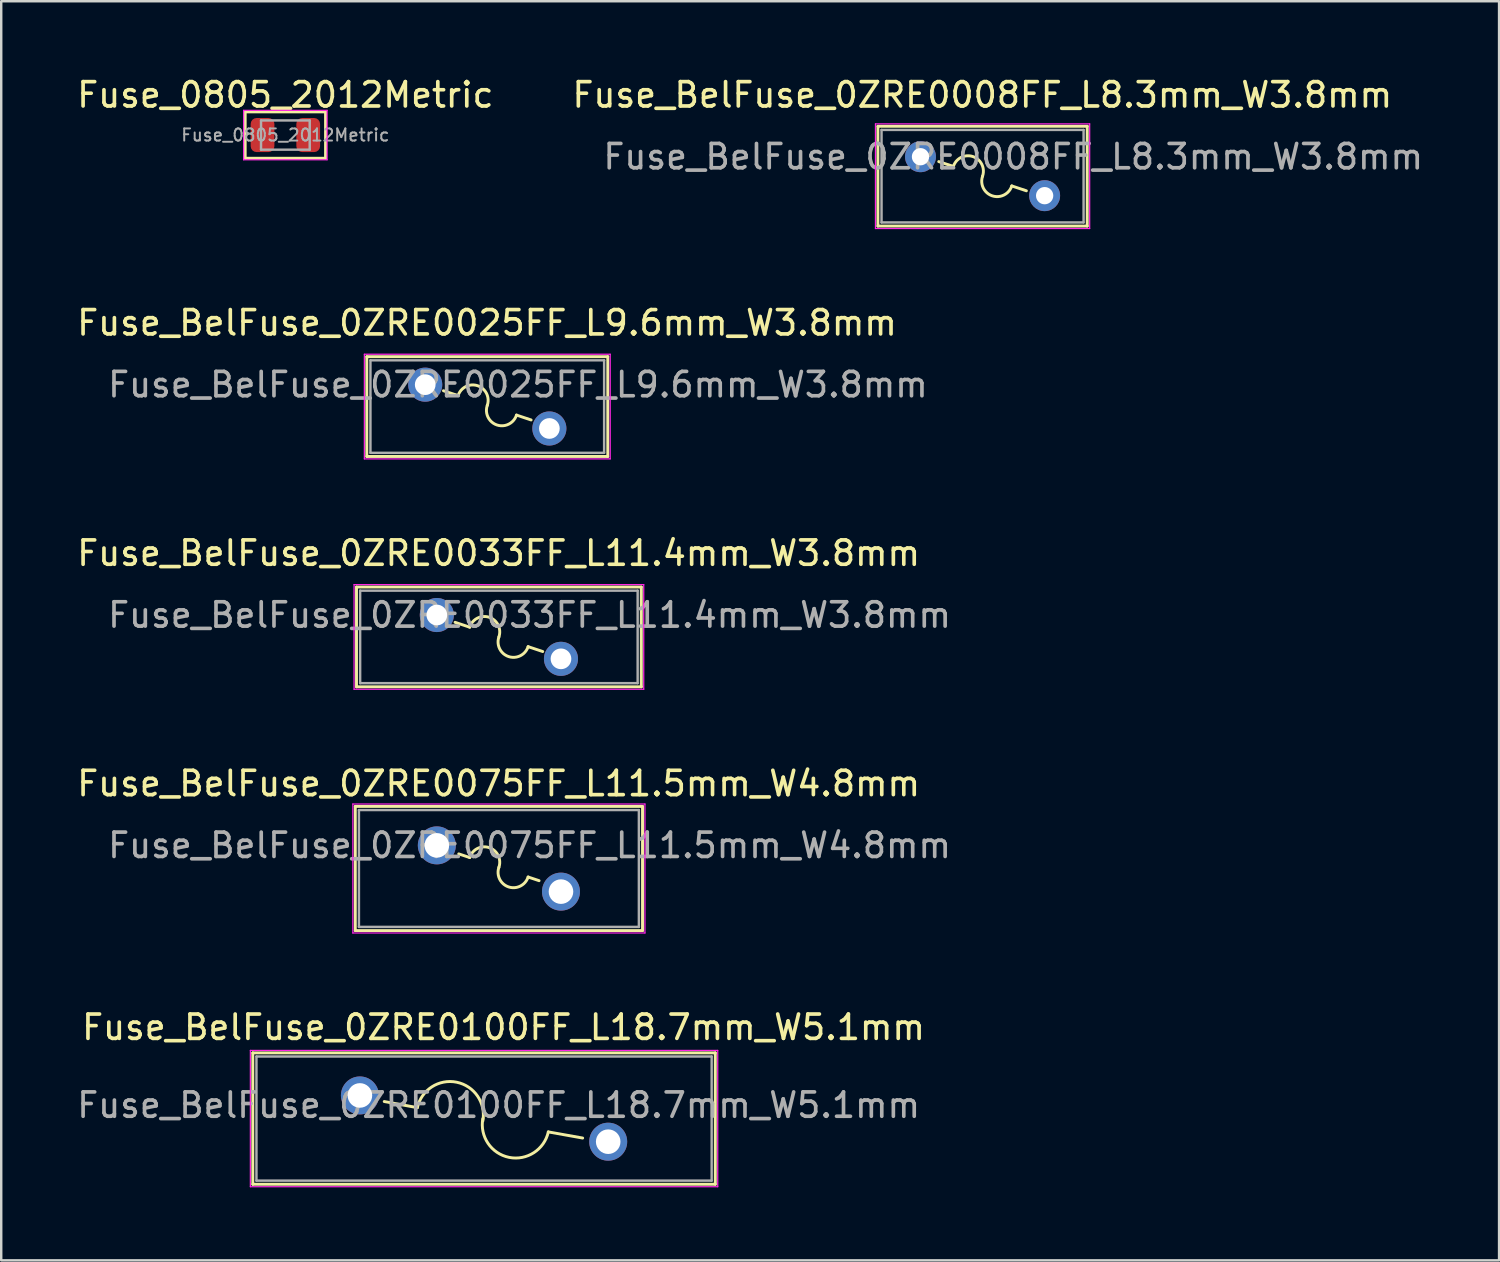
<source format=kicad_pcb>
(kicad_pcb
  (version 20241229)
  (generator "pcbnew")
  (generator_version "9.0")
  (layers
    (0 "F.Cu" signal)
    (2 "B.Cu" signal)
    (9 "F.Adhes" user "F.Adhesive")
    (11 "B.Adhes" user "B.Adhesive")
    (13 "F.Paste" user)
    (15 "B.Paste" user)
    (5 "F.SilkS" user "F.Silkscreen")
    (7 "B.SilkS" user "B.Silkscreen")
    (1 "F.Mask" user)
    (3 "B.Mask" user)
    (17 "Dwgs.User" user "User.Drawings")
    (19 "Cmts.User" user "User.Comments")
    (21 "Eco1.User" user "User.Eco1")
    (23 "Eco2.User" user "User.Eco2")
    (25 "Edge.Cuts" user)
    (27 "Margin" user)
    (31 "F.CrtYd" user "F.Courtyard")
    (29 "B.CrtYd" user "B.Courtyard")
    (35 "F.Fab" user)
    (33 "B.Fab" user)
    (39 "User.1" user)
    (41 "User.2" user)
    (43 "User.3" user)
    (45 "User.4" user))
  (footprint "Fuse_BelFuse_0ZRE0100FF_L18.7mm_W5.1mm"
    (layer "F.Cu")
    (at 11.735 41.951)
    (property "Reference" "Fuse_BelFuse_0ZRE0100FF_L18.7mm_W5.1mm" (at 5.9 -2.8 0) (layer "F.SilkS") (effects (font (size 1 1) (thickness 0.15))))
    (fp_line (start -4.4 -1.75) (end -4.4 3.65) (stroke (width 0.12) (type solid)) (layer "F.SilkS"))
    (fp_line (start -4.4 -1.75) (end 14.6 -1.75) (stroke (width 0.12) (type solid)) (layer "F.SilkS"))
    (fp_line (start -4.4 3.65) (end 14.6 3.65) (stroke (width 0.12) (type solid)) (layer "F.SilkS"))
    (fp_line (start 1 0.25) (end 2.36 0.502) (stroke (width 0.12) (type solid)) (layer "F.SilkS"))
    (fp_line (start 7.74 1.498) (end 9.15 1.75) (stroke (width 0.12) (type solid)) (layer "F.SilkS"))
    (fp_line (start 14.6 -1.75) (end 14.6 3.65) (stroke (width 0.12) (type solid)) (layer "F.SilkS"))
    (fp_arc (start 2.359742 0.502167) (mid 3.97396 -0.54534) (end 5.049999 1.05) (stroke (width 0.12) (type solid)) (layer "F.SilkS"))
    (fp_arc (start 7.740258 1.497834) (mid 6.12604 2.545341) (end 5.050001 0.950001) (stroke (width 0.12) (type solid)) (layer "F.SilkS"))
    (fp_line (start -4.5 -1.85) (end -4.5 3.75) (stroke (width 0.05) (type solid)) (layer "F.CrtYd"))
    (fp_line (start -4.5 -1.85) (end 14.7 -1.85) (stroke (width 0.05) (type solid)) (layer "F.CrtYd"))
    (fp_line (start -4.5 3.75) (end 14.7 3.75) (stroke (width 0.05) (type solid)) (layer "F.CrtYd"))
    (fp_line (start 14.7 -1.85) (end 14.7 3.75) (stroke (width 0.05) (type solid)) (layer "F.CrtYd"))
    (fp_line (start -4.25 -1.6) (end -4.25 3.5) (stroke (width 0.1) (type solid)) (layer "F.Fab"))
    (fp_line (start -4.25 -1.6) (end 14.45 -1.6) (stroke (width 0.1) (type solid)) (layer "F.Fab"))
    (fp_line (start -4.25 3.5) (end 14.45 3.5) (stroke (width 0.1) (type solid)) (layer "F.Fab"))
    (fp_line (start 14.45 -1.6) (end 14.45 3.5) (stroke (width 0.1) (type solid)) (layer "F.Fab"))
    (fp_text user "${REFERENCE}" (at 5.7 0.4 0) (layer "F.Fab") (effects (font (size 1 1) (thickness 0.15))))
    (pad "1" thru_hole circle (at 0 0) (size 1.56 1.56) (drill 1.01) (layers "*.Cu" "*.Mask"))
    (pad "2" thru_hole circle (at 10.2 1.9) (size 1.56 1.56) (drill 1.01) (layers "*.Cu" "*.Mask")))
  (footprint "Fuse_BelFuse_0ZRE0075FF_L11.5mm_W4.8mm"
    (layer "F.Cu")
    (at 14.895 31.678)
    (property "Reference" "Fuse_BelFuse_0ZRE0075FF_L11.5mm_W4.8mm" (at 2.54 -2.54 0) (layer "F.SilkS") (effects (font (size 1 1) (thickness 0.15))))
    (fp_line (start -3.35 -1.6) (end -3.35 3.5) (stroke (width 0.12) (type solid)) (layer "F.SilkS"))
    (fp_line (start -3.35 -1.6) (end 8.45 -1.6) (stroke (width 0.12) (type solid)) (layer "F.SilkS"))
    (fp_line (start -3.35 3.5) (end 8.45 3.5) (stroke (width 0.12) (type solid)) (layer "F.SilkS"))
    (fp_line (start 0.9 0.35) (end 1.35 0.5) (stroke (width 0.12) (type solid)) (layer "F.SilkS"))
    (fp_line (start 3.75 1.3) (end 4.2 1.45) (stroke (width 0.12) (type solid)) (layer "F.SilkS"))
    (fp_line (start 8.45 -1.6) (end 8.45 3.5) (stroke (width 0.12) (type solid)) (layer "F.SilkS"))
    (fp_arc (start 1.350003 0.500002) (mid 2.150001 0.100002) (end 2.550001 0.9) (stroke (width 0.12) (type solid)) (layer "F.SilkS"))
    (fp_arc (start 3.749999 1.299998) (mid 2.950001 1.699998) (end 2.550001 0.9) (stroke (width 0.12) (type solid)) (layer "F.SilkS"))
    (fp_line (start -3.45 -1.7) (end -3.45 3.6) (stroke (width 0.05) (type solid)) (layer "F.CrtYd"))
    (fp_line (start -3.45 -1.7) (end 8.55 -1.7) (stroke (width 0.05) (type solid)) (layer "F.CrtYd"))
    (fp_line (start -3.45 3.6) (end 8.55 3.6) (stroke (width 0.05) (type solid)) (layer "F.CrtYd"))
    (fp_line (start 8.55 -1.7) (end 8.55 3.6) (stroke (width 0.05) (type solid)) (layer "F.CrtYd"))
    (fp_line (start -3.2 -1.45) (end -3.2 3.35) (stroke (width 0.1) (type solid)) (layer "F.Fab"))
    (fp_line (start -3.2 -1.45) (end 8.3 -1.45) (stroke (width 0.1) (type solid)) (layer "F.Fab"))
    (fp_line (start -3.2 3.35) (end 8.3 3.35) (stroke (width 0.1) (type solid)) (layer "F.Fab"))
    (fp_line (start 8.3 -1.45) (end 8.3 3.35) (stroke (width 0.1) (type solid)) (layer "F.Fab"))
    (fp_text user "${REFERENCE}" (at 3.81 0 0) (layer "F.Fab") (effects (font (size 1 1) (thickness 0.15))))
    (pad "1" thru_hole circle (at 0 0) (size 1.56 1.56) (drill 1.01) (layers "*.Cu" "*.Mask"))
    (pad "2" thru_hole circle (at 5.1 1.9) (size 1.56 1.56) (drill 1.01) (layers "*.Cu" "*.Mask")))
  (footprint "Fuse_0805_2012Metric"
    (layer "F.Cu")
    (at 8.673 2.498)
    (property "Reference" "Fuse_0805_2012Metric" (at 0 -1.65 0) (layer "F.SilkS") (effects (font (size 1 1) (thickness 0.15))))
    (attr smd)
    (fp_line (start -1.651 -0.953) (end 1.651 -0.953) (stroke (width 0.12) (type solid)) (layer "F.SilkS"))
    (fp_line (start -1.651 0.953) (end -1.651 -0.953) (stroke (width 0.12) (type solid)) (layer "F.SilkS"))
    (fp_line (start 1.651 -0.953) (end 1.651 0.953) (stroke (width 0.12) (type solid)) (layer "F.SilkS"))
    (fp_line (start 1.651 0.953) (end -1.651 0.953) (stroke (width 0.12) (type solid)) (layer "F.SilkS"))
    (fp_line (start -1.714 -1.016) (end 1.714 -1.016) (stroke (width 0.05) (type solid)) (layer "F.CrtYd"))
    (fp_line (start -1.714 1.016) (end -1.714 -1.016) (stroke (width 0.05) (type solid)) (layer "F.CrtYd"))
    (fp_line (start 1.714 -1.016) (end 1.714 1.016) (stroke (width 0.05) (type solid)) (layer "F.CrtYd"))
    (fp_line (start 1.714 1.016) (end -1.714 1.016) (stroke (width 0.05) (type solid)) (layer "F.CrtYd"))
    (fp_line (start -1 -0.6) (end 1 -0.6) (stroke (width 0.1) (type solid)) (layer "F.Fab"))
    (fp_line (start -1 0.6) (end -1 -0.6) (stroke (width 0.1) (type solid)) (layer "F.Fab"))
    (fp_line (start 1 -0.6) (end 1 0.6) (stroke (width 0.1) (type solid)) (layer "F.Fab"))
    (fp_line (start 1 0.6) (end -1 0.6) (stroke (width 0.1) (type solid)) (layer "F.Fab"))
    (fp_text user "${REFERENCE}" (at 0 0 0) (layer "F.Fab") (effects (font (size 0.5 0.5) (thickness 0.08))))
    (pad "1" smd roundrect (at -0.938 0) (size 0.975 1.4) (layers "F.Cu" "F.Mask" "F.Paste") (roundrect_rratio 0.25))
    (pad "2" smd roundrect (at 0.938 0) (size 0.975 1.4) (layers "F.Cu" "F.Mask" "F.Paste") (roundrect_rratio 0.25)))
  (footprint "Fuse_BelFuse_0ZRE0025FF_L9.6mm_W3.8mm"
    (layer "F.Cu")
    (at 14.418 12.752)
    (property "Reference" "Fuse_BelFuse_0ZRE0025FF_L9.6mm_W3.8mm" (at 2.54 -2.54 0) (layer "F.SilkS") (effects (font (size 1 1) (thickness 0.15))))
    (fp_line (start -2.4 -1.15) (end -2.4 2.95) (stroke (width 0.12) (type solid)) (layer "F.SilkS"))
    (fp_line (start -2.4 -1.15) (end 7.5 -1.15) (stroke (width 0.12) (type solid)) (layer "F.SilkS"))
    (fp_line (start -2.4 2.95) (end 7.5 2.95) (stroke (width 0.12) (type solid)) (layer "F.SilkS"))
    (fp_line (start 0.75 0.25) (end 1.35 0.45) (stroke (width 0.12) (type solid)) (layer "F.SilkS"))
    (fp_line (start 3.75 1.25) (end 4.35 1.45) (stroke (width 0.12) (type solid)) (layer "F.SilkS"))
    (fp_line (start 7.5 -1.15) (end 7.5 2.95) (stroke (width 0.12) (type solid)) (layer "F.SilkS"))
    (fp_arc (start 1.350003 0.450002) (mid 2.150001 0.050002) (end 2.550001 0.85) (stroke (width 0.12) (type solid)) (layer "F.SilkS"))
    (fp_arc (start 3.749999 1.249998) (mid 2.950001 1.649998) (end 2.550001 0.85) (stroke (width 0.12) (type solid)) (layer "F.SilkS"))
    (fp_line (start -2.5 -1.25) (end -2.5 3.05) (stroke (width 0.05) (type solid)) (layer "F.CrtYd"))
    (fp_line (start -2.5 -1.25) (end 7.6 -1.25) (stroke (width 0.05) (type solid)) (layer "F.CrtYd"))
    (fp_line (start -2.5 3.05) (end 7.6 3.05) (stroke (width 0.05) (type solid)) (layer "F.CrtYd"))
    (fp_line (start 7.6 -1.25) (end 7.6 3.05) (stroke (width 0.05) (type solid)) (layer "F.CrtYd"))
    (fp_line (start -2.25 -1) (end -2.25 2.8) (stroke (width 0.1) (type solid)) (layer "F.Fab"))
    (fp_line (start -2.25 -1) (end 7.35 -1) (stroke (width 0.1) (type solid)) (layer "F.Fab"))
    (fp_line (start -2.25 2.8) (end 7.35 2.8) (stroke (width 0.1) (type solid)) (layer "F.Fab"))
    (fp_line (start 7.35 -1) (end 7.35 2.8) (stroke (width 0.1) (type solid)) (layer "F.Fab"))
    (fp_text user "${REFERENCE}" (at 3.81 0 0) (layer "F.Fab") (effects (font (size 1 1) (thickness 0.15))))
    (pad "1" thru_hole circle (at 0 0) (size 1.4 1.4) (drill 0.85) (layers "*.Cu" "*.Mask"))
    (pad "2" thru_hole circle (at 5.1 1.8) (size 1.4 1.4) (drill 0.85) (layers "*.Cu" "*.Mask")))
  (footprint "Fuse_BelFuse_0ZRE0033FF_L11.4mm_W3.8mm"
    (layer "F.Cu")
    (at 14.895 22.215)
    (property "Reference" "Fuse_BelFuse_0ZRE0033FF_L11.4mm_W3.8mm" (at 2.54 -2.54 0) (layer "F.SilkS") (effects (font (size 1 1) (thickness 0.15))))
    (fp_line (start -3.3 -1.15) (end -3.3 2.95) (stroke (width 0.12) (type solid)) (layer "F.SilkS"))
    (fp_line (start -3.3 -1.15) (end 8.4 -1.15) (stroke (width 0.12) (type solid)) (layer "F.SilkS"))
    (fp_line (start -3.3 2.95) (end 8.4 2.95) (stroke (width 0.12) (type solid)) (layer "F.SilkS"))
    (fp_line (start 0.75 0.3) (end 1.35 0.5) (stroke (width 0.12) (type solid)) (layer "F.SilkS"))
    (fp_line (start 3.75 1.3) (end 4.35 1.5) (stroke (width 0.12) (type solid)) (layer "F.SilkS"))
    (fp_line (start 8.4 -1.15) (end 8.4 2.95) (stroke (width 0.12) (type solid)) (layer "F.SilkS"))
    (fp_arc (start 1.350003 0.500002) (mid 2.150001 0.100002) (end 2.550001 0.9) (stroke (width 0.12) (type solid)) (layer "F.SilkS"))
    (fp_arc (start 3.749999 1.299998) (mid 2.950001 1.699998) (end 2.550001 0.9) (stroke (width 0.12) (type solid)) (layer "F.SilkS"))
    (fp_line (start -3.4 -1.25) (end -3.4 3.05) (stroke (width 0.05) (type solid)) (layer "F.CrtYd"))
    (fp_line (start -3.4 -1.25) (end 8.5 -1.25) (stroke (width 0.05) (type solid)) (layer "F.CrtYd"))
    (fp_line (start -3.4 3.05) (end 8.5 3.05) (stroke (width 0.05) (type solid)) (layer "F.CrtYd"))
    (fp_line (start 8.5 -1.25) (end 8.5 3.05) (stroke (width 0.05) (type solid)) (layer "F.CrtYd"))
    (fp_line (start -3.15 -1) (end -3.15 2.8) (stroke (width 0.1) (type solid)) (layer "F.Fab"))
    (fp_line (start -3.15 -1) (end 8.25 -1) (stroke (width 0.1) (type solid)) (layer "F.Fab"))
    (fp_line (start -3.15 2.8) (end 8.25 2.8) (stroke (width 0.1) (type solid)) (layer "F.Fab"))
    (fp_line (start 8.25 -1) (end 8.25 2.8) (stroke (width 0.1) (type solid)) (layer "F.Fab"))
    (fp_text user "${REFERENCE}" (at 3.81 0 0) (layer "F.Fab") (effects (font (size 1 1) (thickness 0.15))))
    (pad "1" thru_hole circle (at 0 0) (size 1.4 1.4) (drill 0.85) (layers "*.Cu" "*.Mask"))
    (pad "2" thru_hole circle (at 5.1 1.8) (size 1.4 1.4) (drill 0.85) (layers "*.Cu" "*.Mask")))
  (footprint "Fuse_BelFuse_0ZRE0008FF_L8.3mm_W3.8mm"
    (layer "F.Cu")
    (at 34.764 3.388)
    (property "Reference" "Fuse_BelFuse_0ZRE0008FF_L8.3mm_W3.8mm" (at 2.54 -2.54 0) (layer "F.SilkS") (effects (font (size 1 1) (thickness 0.15))))
    (fp_line (start -1.75 -1.25) (end -1.75 2.85) (stroke (width 0.12) (type solid)) (layer "F.SilkS"))
    (fp_line (start -1.75 -1.25) (end 6.85 -1.25) (stroke (width 0.12) (type solid)) (layer "F.SilkS"))
    (fp_line (start -1.75 2.85) (end 6.85 2.85) (stroke (width 0.12) (type solid)) (layer "F.SilkS"))
    (fp_line (start 0.75 0.2) (end 1.35 0.4) (stroke (width 0.12) (type solid)) (layer "F.SilkS"))
    (fp_line (start 3.75 1.2) (end 4.35 1.4) (stroke (width 0.12) (type solid)) (layer "F.SilkS"))
    (fp_line (start 6.85 -1.25) (end 6.85 2.85) (stroke (width 0.12) (type solid)) (layer "F.SilkS"))
    (fp_arc (start 1.350003 0.400002) (mid 2.150001 0.000002) (end 2.550001 0.8) (stroke (width 0.12) (type solid)) (layer "F.SilkS"))
    (fp_arc (start 3.749999 1.199998) (mid 2.950001 1.599998) (end 2.550001 0.8) (stroke (width 0.12) (type solid)) (layer "F.SilkS"))
    (fp_line (start -1.85 -1.35) (end -1.85 2.95) (stroke (width 0.05) (type solid)) (layer "F.CrtYd"))
    (fp_line (start -1.85 -1.35) (end 6.95 -1.35) (stroke (width 0.05) (type solid)) (layer "F.CrtYd"))
    (fp_line (start -1.85 2.95) (end 6.95 2.95) (stroke (width 0.05) (type solid)) (layer "F.CrtYd"))
    (fp_line (start 6.95 -1.35) (end 6.95 2.95) (stroke (width 0.05) (type solid)) (layer "F.CrtYd"))
    (fp_line (start -1.6 -1.1) (end -1.6 2.7) (stroke (width 0.1) (type solid)) (layer "F.Fab"))
    (fp_line (start -1.6 -1.1) (end 6.7 -1.1) (stroke (width 0.1) (type solid)) (layer "F.Fab"))
    (fp_line (start -1.6 2.7) (end 6.7 2.7) (stroke (width 0.1) (type solid)) (layer "F.Fab"))
    (fp_line (start 6.7 -1.1) (end 6.7 2.7) (stroke (width 0.1) (type solid)) (layer "F.Fab"))
    (fp_text user "${REFERENCE}" (at 3.81 0 0) (layer "F.Fab") (effects (font (size 1 1) (thickness 0.15))))
    (pad "1" thru_hole circle (at 0 0) (size 1.27 1.27) (drill 0.71) (layers "*.Cu" "*.Mask"))
    (pad "2" thru_hole circle (at 5.1 1.6) (size 1.27 1.27) (drill 0.71) (layers "*.Cu" "*.Mask")))
  (gr_rect
    (start -3 -3)
    (end 58.532 48.726)
    (stroke (width 0.1) (type default))
    (fill no)
    (layer "Edge.Cuts")))
</source>
